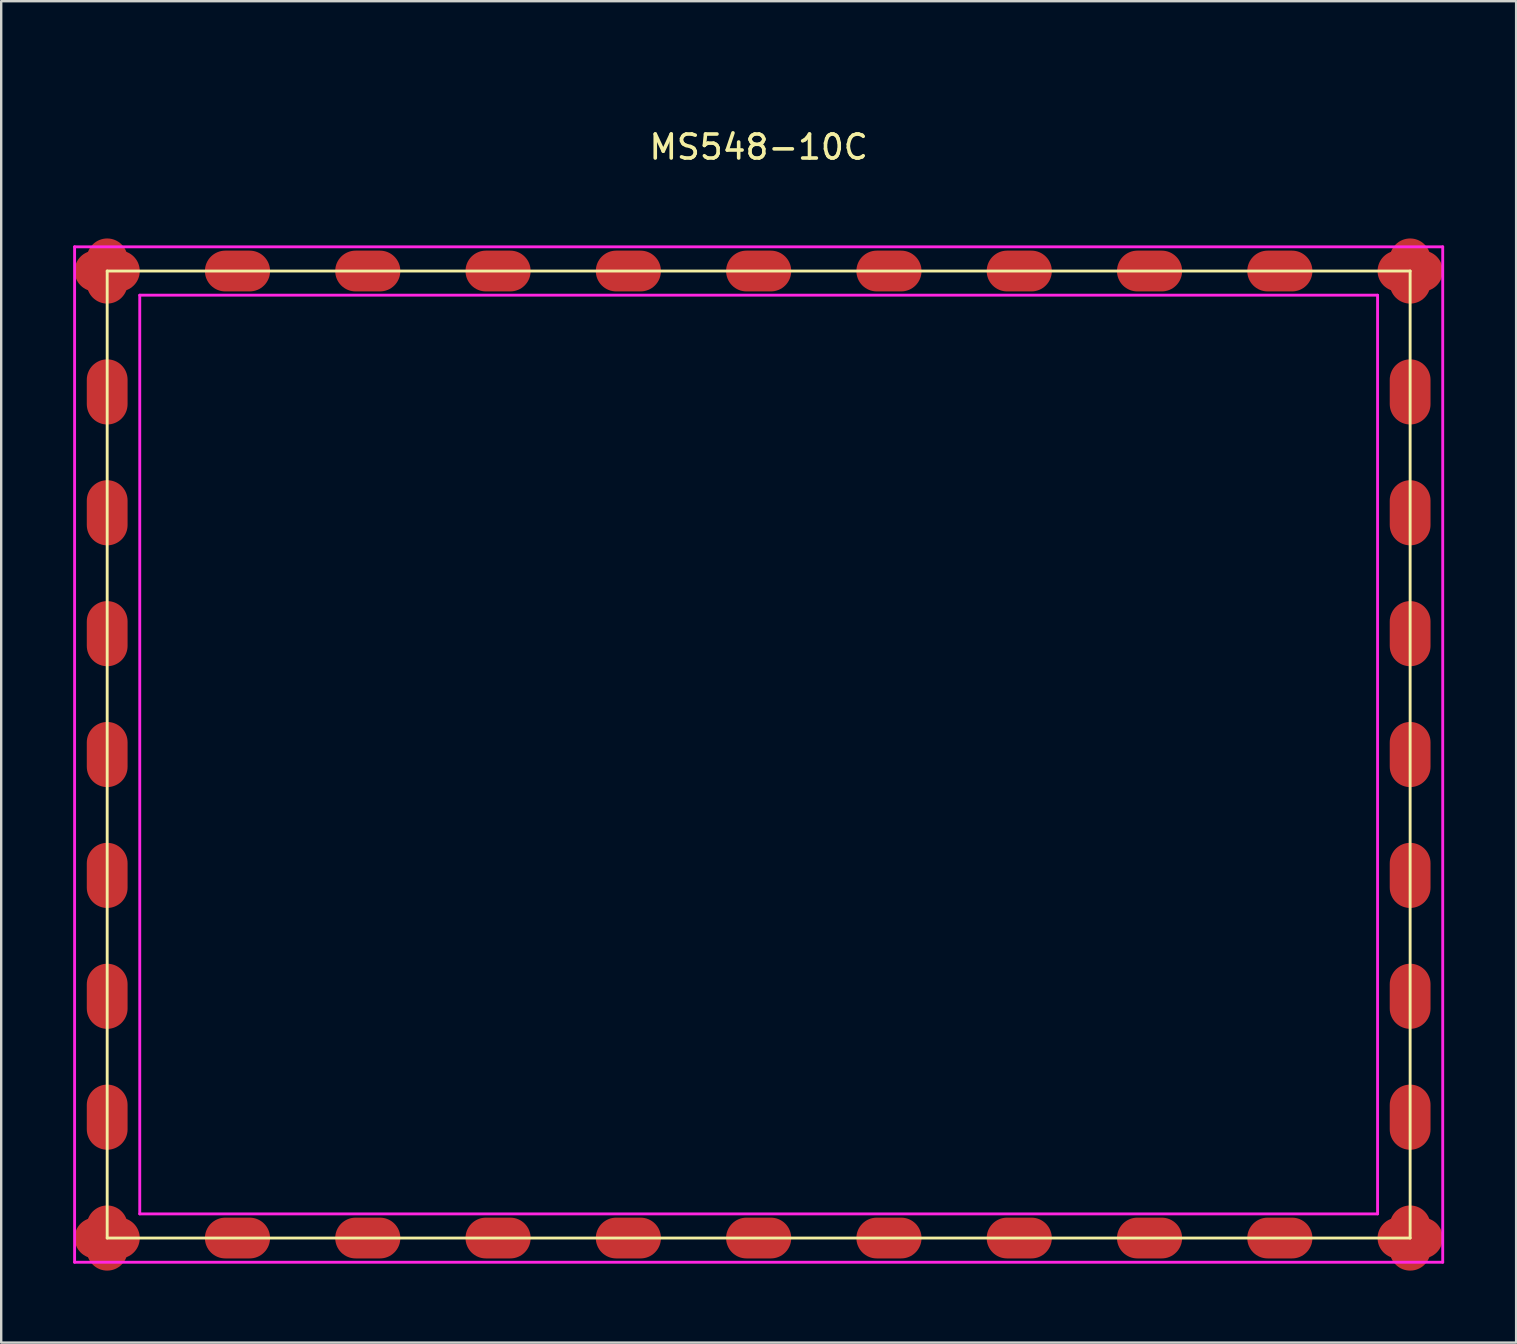
<source format=kicad_pcb>
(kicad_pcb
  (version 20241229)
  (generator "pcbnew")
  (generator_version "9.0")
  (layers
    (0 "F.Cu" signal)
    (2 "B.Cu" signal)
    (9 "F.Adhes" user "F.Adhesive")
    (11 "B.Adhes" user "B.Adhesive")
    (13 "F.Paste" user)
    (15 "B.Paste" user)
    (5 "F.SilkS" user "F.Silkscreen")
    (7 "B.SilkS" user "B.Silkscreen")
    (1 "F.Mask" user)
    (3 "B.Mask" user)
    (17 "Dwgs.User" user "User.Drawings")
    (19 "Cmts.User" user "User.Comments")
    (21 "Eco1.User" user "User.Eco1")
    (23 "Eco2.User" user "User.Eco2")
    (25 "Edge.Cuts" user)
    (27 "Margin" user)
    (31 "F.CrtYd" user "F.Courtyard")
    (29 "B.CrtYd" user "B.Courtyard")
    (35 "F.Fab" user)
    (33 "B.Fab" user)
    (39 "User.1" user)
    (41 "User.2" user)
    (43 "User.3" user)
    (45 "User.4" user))
  (footprint "MS548-10C"
    (layer "F.Cu")
    (at 28.567 0.25)
    (property "Reference" "MS548-10C" (at 0 2.83 0) (layer "F.SilkS") (effects (font (size 1 1) (thickness 0.15))))
    (attr through_hole)
    (fp_line (start -27.15 7.995) (end 27.15 7.995) (stroke (width 0.12) (type solid)) (layer "F.SilkS"))
    (fp_line (start -27.15 48.295) (end -27.15 7.995) (stroke (width 0.12) (type solid)) (layer "F.SilkS"))
    (fp_line (start 27.15 7.995) (end 27.15 48.295) (stroke (width 0.12) (type solid)) (layer "F.SilkS"))
    (fp_line (start 27.15 48.295) (end -27.15 48.295) (stroke (width 0.12) (type solid)) (layer "F.SilkS"))
    (fp_line (start -28.508 6.987) (end 28.508 6.987) (stroke (width 0.12) (type solid)) (layer "F.CrtYd"))
    (fp_line (start -28.508 49.303) (end -28.508 6.987) (stroke (width 0.12) (type solid)) (layer "F.CrtYd"))
    (fp_line (start -25.793 9.002) (end -25.793 47.288) (stroke (width 0.12) (type solid)) (layer "F.CrtYd"))
    (fp_line (start -25.793 47.288) (end 25.793 47.288) (stroke (width 0.12) (type solid)) (layer "F.CrtYd"))
    (fp_line (start 25.793 9.002) (end -25.793 9.002) (stroke (width 0.12) (type solid)) (layer "F.CrtYd"))
    (fp_line (start 25.793 47.288) (end 25.793 9.002) (stroke (width 0.12) (type solid)) (layer "F.CrtYd"))
    (fp_line (start 28.508 6.987) (end 28.508 49.303) (stroke (width 0.12) (type solid)) (layer "F.CrtYd"))
    (fp_line (start 28.508 49.303) (end -28.508 49.303) (stroke (width 0.12) (type solid)) (layer "F.CrtYd"))
    (pad "1" smd oval (at -27.15 7.995 180) (size 1.7 2.715) (layers "F.Cu" "F.Mask" "F.Paste"))
    (pad "1" smd oval (at -27.15 7.995 90) (size 1.7 2.715) (layers "F.Cu" "F.Mask" "F.Paste"))
    (pad "1" smd oval (at -27.15 13.033 180) (size 1.7 2.715) (layers "F.Cu" "F.Mask" "F.Paste"))
    (pad "1" smd oval (at -27.15 18.07 180) (size 1.7 2.715) (layers "F.Cu" "F.Mask" "F.Paste"))
    (pad "1" smd oval (at -27.15 23.108 180) (size 1.7 2.715) (layers "F.Cu" "F.Mask" "F.Paste"))
    (pad "1" smd oval (at -27.15 28.145 180) (size 1.7 2.715) (layers "F.Cu" "F.Mask" "F.Paste"))
    (pad "1" smd oval (at -27.15 33.182 180) (size 1.7 2.715) (layers "F.Cu" "F.Mask" "F.Paste"))
    (pad "1" smd oval (at -27.15 38.22 180) (size 1.7 2.715) (layers "F.Cu" "F.Mask" "F.Paste"))
    (pad "1" smd oval (at -27.15 43.258 180) (size 1.7 2.715) (layers "F.Cu" "F.Mask" "F.Paste"))
    (pad "1" smd oval (at -27.15 48.295 180) (size 1.7 2.715) (layers "F.Cu" "F.Mask" "F.Paste"))
    (pad "1" smd oval (at -27.15 48.295 90) (size 1.7 2.715) (layers "F.Cu" "F.Mask" "F.Paste"))
    (pad "1" smd oval (at -21.72 7.995 90) (size 1.7 2.715) (layers "F.Cu" "F.Mask" "F.Paste"))
    (pad "1" smd oval (at -21.72 48.295 90) (size 1.7 2.715) (layers "F.Cu" "F.Mask" "F.Paste"))
    (pad "1" smd oval (at -16.29 7.995 90) (size 1.7 2.715) (layers "F.Cu" "F.Mask" "F.Paste"))
    (pad "1" smd oval (at -16.29 48.295 90) (size 1.7 2.715) (layers "F.Cu" "F.Mask" "F.Paste"))
    (pad "1" smd oval (at -10.86 7.995 90) (size 1.7 2.715) (layers "F.Cu" "F.Mask" "F.Paste"))
    (pad "1" smd oval (at -10.86 48.295 90) (size 1.7 2.715) (layers "F.Cu" "F.Mask" "F.Paste"))
    (pad "1" smd oval (at -5.43 7.995 90) (size 1.7 2.715) (layers "F.Cu" "F.Mask" "F.Paste"))
    (pad "1" smd oval (at -5.43 48.295 90) (size 1.7 2.715) (layers "F.Cu" "F.Mask" "F.Paste"))
    (pad "1" smd oval (at 0 7.995 90) (size 1.7 2.715) (layers "F.Cu" "F.Mask" "F.Paste"))
    (pad "1" smd oval (at 0 48.295 90) (size 1.7 2.715) (layers "F.Cu" "F.Mask" "F.Paste"))
    (pad "1" smd oval (at 5.43 7.995 90) (size 1.7 2.715) (layers "F.Cu" "F.Mask" "F.Paste"))
    (pad "1" smd oval (at 5.43 48.295 90) (size 1.7 2.715) (layers "F.Cu" "F.Mask" "F.Paste"))
    (pad "1" smd oval (at 10.86 7.995 90) (size 1.7 2.715) (layers "F.Cu" "F.Mask" "F.Paste"))
    (pad "1" smd oval (at 10.86 48.295 90) (size 1.7 2.715) (layers "F.Cu" "F.Mask" "F.Paste"))
    (pad "1" smd oval (at 16.29 7.995 90) (size 1.7 2.715) (layers "F.Cu" "F.Mask" "F.Paste"))
    (pad "1" smd oval (at 16.29 48.295 90) (size 1.7 2.715) (layers "F.Cu" "F.Mask" "F.Paste"))
    (pad "1" smd oval (at 21.72 7.995 90) (size 1.7 2.715) (layers "F.Cu" "F.Mask" "F.Paste"))
    (pad "1" smd oval (at 21.72 48.295 90) (size 1.7 2.715) (layers "F.Cu" "F.Mask" "F.Paste"))
    (pad "1" smd oval (at 27.15 7.995 180) (size 1.7 2.715) (layers "F.Cu" "F.Mask" "F.Paste"))
    (pad "1" smd oval (at 27.15 7.995 90) (size 1.7 2.715) (layers "F.Cu" "F.Mask" "F.Paste"))
    (pad "1" smd oval (at 27.15 13.033 180) (size 1.7 2.715) (layers "F.Cu" "F.Mask" "F.Paste"))
    (pad "1" smd oval (at 27.15 18.07 180) (size 1.7 2.715) (layers "F.Cu" "F.Mask" "F.Paste"))
    (pad "1" smd oval (at 27.15 23.108 180) (size 1.7 2.715) (layers "F.Cu" "F.Mask" "F.Paste"))
    (pad "1" smd oval (at 27.15 28.145 180) (size 1.7 2.715) (layers "F.Cu" "F.Mask" "F.Paste"))
    (pad "1" smd oval (at 27.15 33.182 180) (size 1.7 2.715) (layers "F.Cu" "F.Mask" "F.Paste"))
    (pad "1" smd oval (at 27.15 38.22 180) (size 1.7 2.715) (layers "F.Cu" "F.Mask" "F.Paste"))
    (pad "1" smd oval (at 27.15 43.258 180) (size 1.7 2.715) (layers "F.Cu" "F.Mask" "F.Paste"))
    (pad "1" smd oval (at 27.15 48.295 180) (size 1.7 2.715) (layers "F.Cu" "F.Mask" "F.Paste"))
    (pad "1" smd oval (at 27.15 48.295 90) (size 1.7 2.715) (layers "F.Cu" "F.Mask" "F.Paste")))
  (gr_rect
    (start -3 -3)
    (end 60.135 52.903)
    (stroke (width 0.1) (type default))
    (fill no)
    (layer "Edge.Cuts")))
</source>
